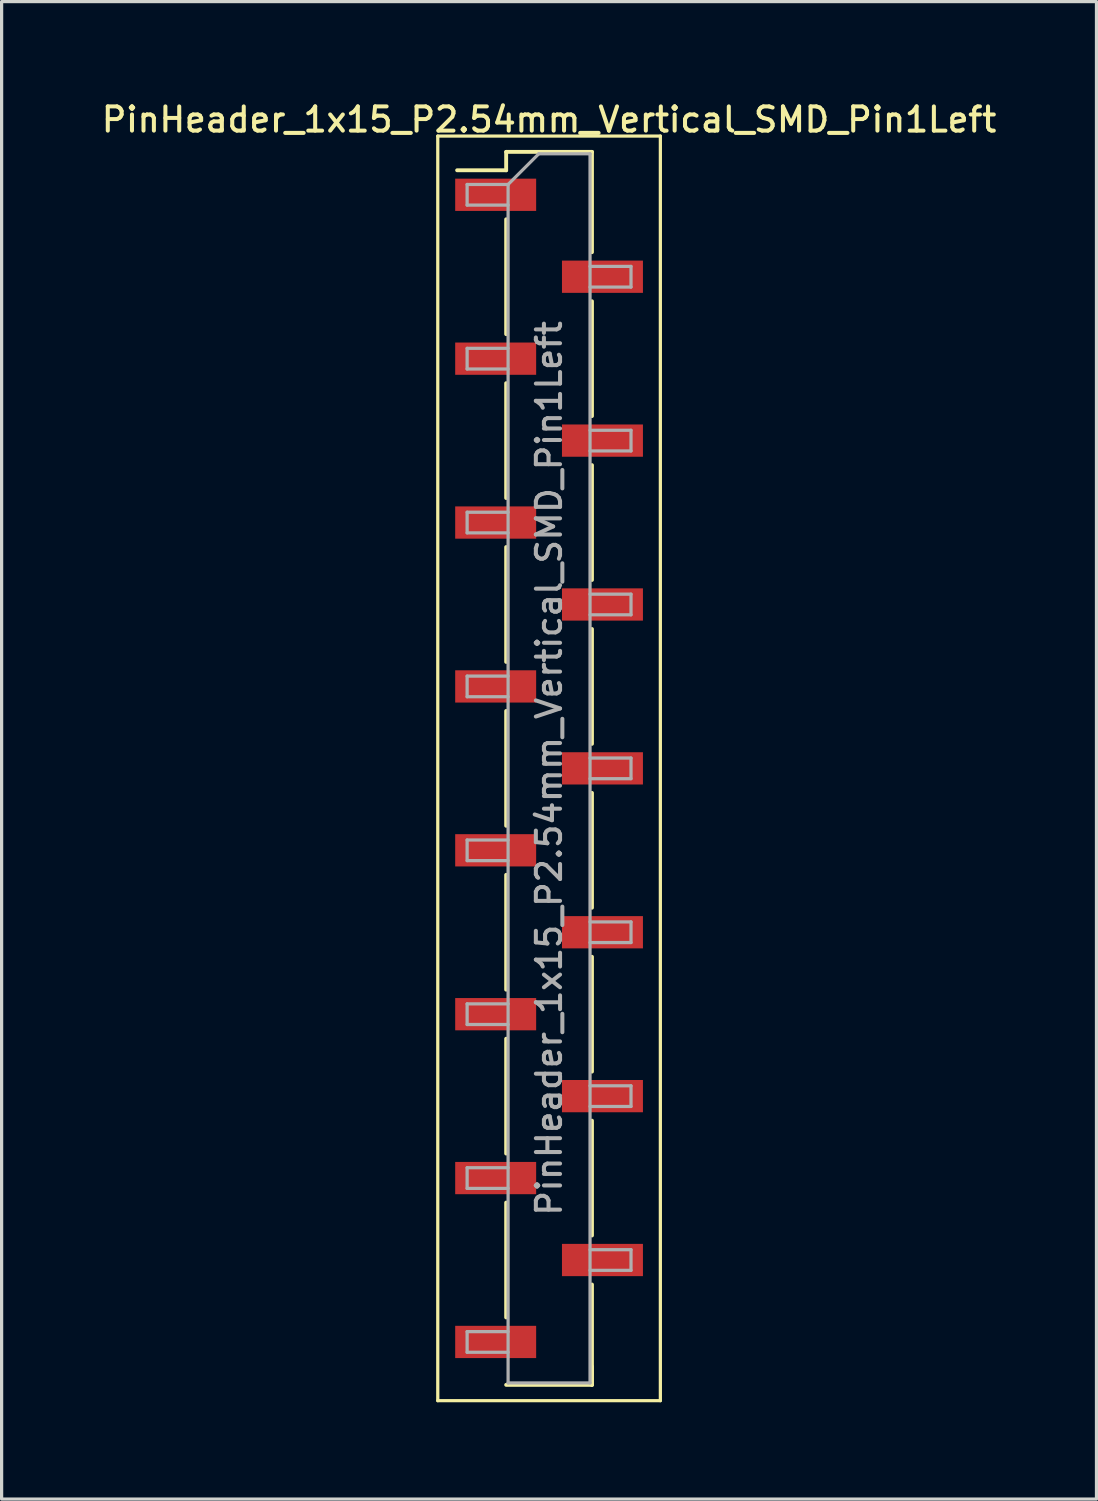
<source format=kicad_pcb>
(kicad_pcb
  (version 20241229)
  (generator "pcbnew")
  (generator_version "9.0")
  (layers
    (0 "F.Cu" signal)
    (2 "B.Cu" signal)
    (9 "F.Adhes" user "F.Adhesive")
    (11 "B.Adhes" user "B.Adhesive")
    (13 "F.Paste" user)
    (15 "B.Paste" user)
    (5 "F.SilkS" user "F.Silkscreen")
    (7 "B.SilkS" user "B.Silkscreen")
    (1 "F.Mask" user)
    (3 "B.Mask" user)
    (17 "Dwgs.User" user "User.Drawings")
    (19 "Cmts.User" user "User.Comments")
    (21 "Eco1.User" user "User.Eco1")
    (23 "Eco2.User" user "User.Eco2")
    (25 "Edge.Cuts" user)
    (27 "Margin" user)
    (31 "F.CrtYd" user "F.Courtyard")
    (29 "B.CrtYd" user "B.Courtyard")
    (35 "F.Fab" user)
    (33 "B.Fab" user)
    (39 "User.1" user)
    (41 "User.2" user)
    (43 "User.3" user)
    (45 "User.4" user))
  (footprint "PinHeader_1x15_P2.54mm_Vertical_SMD_Pin1Left"
    (layer "F.Cu")
    (at 13.97 20.768)
    (property "Reference" "PinHeader_1x15_P2.54mm_Vertical_SMD_Pin1Left" (at 0 -20.11 0) (layer "F.SilkS") (effects (font (size 0.75 0.75) (thickness 0.125))))
    (attr smd)
    (fp_line (start -3.45 -19.6) (end -3.45 19.6) (stroke (width 0.1) (type solid)) (layer "F.SilkS"))
    (fp_line (start -3.45 19.6) (end 3.45 19.6) (stroke (width 0.1) (type solid)) (layer "F.SilkS"))
    (fp_line (start -1.33 -19.11) (end -1.33 -18.54) (stroke (width 0.12) (type solid)) (layer "F.SilkS"))
    (fp_line (start -1.33 -19.11) (end 1.33 -19.11) (stroke (width 0.12) (type solid)) (layer "F.SilkS"))
    (fp_line (start -1.33 -18.54) (end -2.85 -18.54) (stroke (width 0.12) (type solid)) (layer "F.SilkS"))
    (fp_line (start -1.33 -17.02) (end -1.33 -13.46) (stroke (width 0.12) (type solid)) (layer "F.SilkS"))
    (fp_line (start -1.33 -11.94) (end -1.33 -8.38) (stroke (width 0.12) (type solid)) (layer "F.SilkS"))
    (fp_line (start -1.33 -6.86) (end -1.33 -3.3) (stroke (width 0.12) (type solid)) (layer "F.SilkS"))
    (fp_line (start -1.33 -1.78) (end -1.33 1.78) (stroke (width 0.12) (type solid)) (layer "F.SilkS"))
    (fp_line (start -1.33 3.3) (end -1.33 6.86) (stroke (width 0.12) (type solid)) (layer "F.SilkS"))
    (fp_line (start -1.33 8.38) (end -1.33 11.94) (stroke (width 0.12) (type solid)) (layer "F.SilkS"))
    (fp_line (start -1.33 13.46) (end -1.33 17.02) (stroke (width 0.12) (type solid)) (layer "F.SilkS"))
    (fp_line (start -1.33 19.11) (end 1.33 19.11) (stroke (width 0.12) (type solid)) (layer "F.SilkS"))
    (fp_line (start 1.33 -19.11) (end 1.33 -16) (stroke (width 0.12) (type solid)) (layer "F.SilkS"))
    (fp_line (start 1.33 -14.48) (end 1.33 -10.92) (stroke (width 0.12) (type solid)) (layer "F.SilkS"))
    (fp_line (start 1.33 -9.4) (end 1.33 -5.84) (stroke (width 0.12) (type solid)) (layer "F.SilkS"))
    (fp_line (start 1.33 -4.32) (end 1.33 -0.76) (stroke (width 0.12) (type solid)) (layer "F.SilkS"))
    (fp_line (start 1.33 0.76) (end 1.33 4.32) (stroke (width 0.12) (type solid)) (layer "F.SilkS"))
    (fp_line (start 1.33 5.84) (end 1.33 9.4) (stroke (width 0.12) (type solid)) (layer "F.SilkS"))
    (fp_line (start 1.33 10.92) (end 1.33 14.48) (stroke (width 0.12) (type solid)) (layer "F.SilkS"))
    (fp_line (start 1.33 16) (end 1.33 19.11) (stroke (width 0.12) (type solid)) (layer "F.SilkS"))
    (fp_line (start 1.33 18.54) (end 1.33 19.11) (stroke (width 0.12) (type solid)) (layer "F.SilkS"))
    (fp_line (start 3.45 -19.6) (end -3.45 -19.6) (stroke (width 0.1) (type solid)) (layer "F.SilkS"))
    (fp_line (start 3.45 19.6) (end 3.45 -19.6) (stroke (width 0.1) (type solid)) (layer "F.SilkS"))
    (fp_line (start -2.54 -18.1) (end -2.54 -17.46) (stroke (width 0.1) (type solid)) (layer "F.Fab"))
    (fp_line (start -2.54 -17.46) (end -1.27 -17.46) (stroke (width 0.1) (type solid)) (layer "F.Fab"))
    (fp_line (start -2.54 -13.02) (end -2.54 -12.38) (stroke (width 0.1) (type solid)) (layer "F.Fab"))
    (fp_line (start -2.54 -12.38) (end -1.27 -12.38) (stroke (width 0.1) (type solid)) (layer "F.Fab"))
    (fp_line (start -2.54 -7.94) (end -2.54 -7.3) (stroke (width 0.1) (type solid)) (layer "F.Fab"))
    (fp_line (start -2.54 -7.3) (end -1.27 -7.3) (stroke (width 0.1) (type solid)) (layer "F.Fab"))
    (fp_line (start -2.54 -2.86) (end -2.54 -2.22) (stroke (width 0.1) (type solid)) (layer "F.Fab"))
    (fp_line (start -2.54 -2.22) (end -1.27 -2.22) (stroke (width 0.1) (type solid)) (layer "F.Fab"))
    (fp_line (start -2.54 2.22) (end -2.54 2.86) (stroke (width 0.1) (type solid)) (layer "F.Fab"))
    (fp_line (start -2.54 2.86) (end -1.27 2.86) (stroke (width 0.1) (type solid)) (layer "F.Fab"))
    (fp_line (start -2.54 7.3) (end -2.54 7.94) (stroke (width 0.1) (type solid)) (layer "F.Fab"))
    (fp_line (start -2.54 7.94) (end -1.27 7.94) (stroke (width 0.1) (type solid)) (layer "F.Fab"))
    (fp_line (start -2.54 12.38) (end -2.54 13.02) (stroke (width 0.1) (type solid)) (layer "F.Fab"))
    (fp_line (start -2.54 13.02) (end -1.27 13.02) (stroke (width 0.1) (type solid)) (layer "F.Fab"))
    (fp_line (start -2.54 17.46) (end -2.54 18.1) (stroke (width 0.1) (type solid)) (layer "F.Fab"))
    (fp_line (start -2.54 18.1) (end -1.27 18.1) (stroke (width 0.1) (type solid)) (layer "F.Fab"))
    (fp_line (start -1.27 -18.1) (end -2.54 -18.1) (stroke (width 0.1) (type solid)) (layer "F.Fab"))
    (fp_line (start -1.27 -18.1) (end -0.32 -19.05) (stroke (width 0.1) (type solid)) (layer "F.Fab"))
    (fp_line (start -1.27 -13.02) (end -2.54 -13.02) (stroke (width 0.1) (type solid)) (layer "F.Fab"))
    (fp_line (start -1.27 -7.94) (end -2.54 -7.94) (stroke (width 0.1) (type solid)) (layer "F.Fab"))
    (fp_line (start -1.27 -2.86) (end -2.54 -2.86) (stroke (width 0.1) (type solid)) (layer "F.Fab"))
    (fp_line (start -1.27 2.22) (end -2.54 2.22) (stroke (width 0.1) (type solid)) (layer "F.Fab"))
    (fp_line (start -1.27 7.3) (end -2.54 7.3) (stroke (width 0.1) (type solid)) (layer "F.Fab"))
    (fp_line (start -1.27 12.38) (end -2.54 12.38) (stroke (width 0.1) (type solid)) (layer "F.Fab"))
    (fp_line (start -1.27 17.46) (end -2.54 17.46) (stroke (width 0.1) (type solid)) (layer "F.Fab"))
    (fp_line (start -1.27 19.05) (end -1.27 -18.1) (stroke (width 0.1) (type solid)) (layer "F.Fab"))
    (fp_line (start -0.32 -19.05) (end 1.27 -19.05) (stroke (width 0.1) (type solid)) (layer "F.Fab"))
    (fp_line (start 1.27 -19.05) (end 1.27 19.05) (stroke (width 0.1) (type solid)) (layer "F.Fab"))
    (fp_line (start 1.27 -15.56) (end 2.54 -15.56) (stroke (width 0.1) (type solid)) (layer "F.Fab"))
    (fp_line (start 1.27 -10.48) (end 2.54 -10.48) (stroke (width 0.1) (type solid)) (layer "F.Fab"))
    (fp_line (start 1.27 -5.4) (end 2.54 -5.4) (stroke (width 0.1) (type solid)) (layer "F.Fab"))
    (fp_line (start 1.27 -0.32) (end 2.54 -0.32) (stroke (width 0.1) (type solid)) (layer "F.Fab"))
    (fp_line (start 1.27 4.76) (end 2.54 4.76) (stroke (width 0.1) (type solid)) (layer "F.Fab"))
    (fp_line (start 1.27 9.84) (end 2.54 9.84) (stroke (width 0.1) (type solid)) (layer "F.Fab"))
    (fp_line (start 1.27 14.92) (end 2.54 14.92) (stroke (width 0.1) (type solid)) (layer "F.Fab"))
    (fp_line (start 1.27 19.05) (end -1.27 19.05) (stroke (width 0.1) (type solid)) (layer "F.Fab"))
    (fp_line (start 2.54 -15.56) (end 2.54 -14.92) (stroke (width 0.1) (type solid)) (layer "F.Fab"))
    (fp_line (start 2.54 -14.92) (end 1.27 -14.92) (stroke (width 0.1) (type solid)) (layer "F.Fab"))
    (fp_line (start 2.54 -10.48) (end 2.54 -9.84) (stroke (width 0.1) (type solid)) (layer "F.Fab"))
    (fp_line (start 2.54 -9.84) (end 1.27 -9.84) (stroke (width 0.1) (type solid)) (layer "F.Fab"))
    (fp_line (start 2.54 -5.4) (end 2.54 -4.76) (stroke (width 0.1) (type solid)) (layer "F.Fab"))
    (fp_line (start 2.54 -4.76) (end 1.27 -4.76) (stroke (width 0.1) (type solid)) (layer "F.Fab"))
    (fp_line (start 2.54 -0.32) (end 2.54 0.32) (stroke (width 0.1) (type solid)) (layer "F.Fab"))
    (fp_line (start 2.54 0.32) (end 1.27 0.32) (stroke (width 0.1) (type solid)) (layer "F.Fab"))
    (fp_line (start 2.54 4.76) (end 2.54 5.4) (stroke (width 0.1) (type solid)) (layer "F.Fab"))
    (fp_line (start 2.54 5.4) (end 1.27 5.4) (stroke (width 0.1) (type solid)) (layer "F.Fab"))
    (fp_line (start 2.54 9.84) (end 2.54 10.48) (stroke (width 0.1) (type solid)) (layer "F.Fab"))
    (fp_line (start 2.54 10.48) (end 1.27 10.48) (stroke (width 0.1) (type solid)) (layer "F.Fab"))
    (fp_line (start 2.54 14.92) (end 2.54 15.56) (stroke (width 0.1) (type solid)) (layer "F.Fab"))
    (fp_line (start 2.54 15.56) (end 1.27 15.56) (stroke (width 0.1) (type solid)) (layer "F.Fab"))
    (fp_text user "${REFERENCE}" (at 0 0 90) (layer "F.Fab") (effects (font (size 0.75 0.75) (thickness 0.125))))
    (pad "1" smd rect (at -1.655 -17.78) (size 2.51 1) (layers "F.Cu" "F.Mask" "F.Paste"))
    (pad "2" smd rect (at 1.655 -15.24) (size 2.51 1) (layers "F.Cu" "F.Mask" "F.Paste"))
    (pad "3" smd rect (at -1.655 -12.7) (size 2.51 1) (layers "F.Cu" "F.Mask" "F.Paste"))
    (pad "4" smd rect (at 1.655 -10.16) (size 2.51 1) (layers "F.Cu" "F.Mask" "F.Paste"))
    (pad "5" smd rect (at -1.655 -7.62) (size 2.51 1) (layers "F.Cu" "F.Mask" "F.Paste"))
    (pad "6" smd rect (at 1.655 -5.08) (size 2.51 1) (layers "F.Cu" "F.Mask" "F.Paste"))
    (pad "7" smd rect (at -1.655 -2.54) (size 2.51 1) (layers "F.Cu" "F.Mask" "F.Paste"))
    (pad "8" smd rect (at 1.655 0) (size 2.51 1) (layers "F.Cu" "F.Mask" "F.Paste"))
    (pad "9" smd rect (at -1.655 2.54) (size 2.51 1) (layers "F.Cu" "F.Mask" "F.Paste"))
    (pad "10" smd rect (at 1.655 5.08) (size 2.51 1) (layers "F.Cu" "F.Mask" "F.Paste"))
    (pad "11" smd rect (at -1.655 7.62) (size 2.51 1) (layers "F.Cu" "F.Mask" "F.Paste"))
    (pad "12" smd rect (at 1.655 10.16) (size 2.51 1) (layers "F.Cu" "F.Mask" "F.Paste"))
    (pad "13" smd rect (at -1.655 12.7) (size 2.51 1) (layers "F.Cu" "F.Mask" "F.Paste"))
    (pad "14" smd rect (at 1.655 15.24) (size 2.51 1) (layers "F.Cu" "F.Mask" "F.Paste"))
    (pad "15" smd rect (at -1.655 17.78) (size 2.51 1) (layers "F.Cu" "F.Mask" "F.Paste")))
  (gr_rect
    (start -3 -3)
    (end 30.939 43.418)
    (stroke (width 0.1) (type default))
    (fill no)
    (layer "Edge.Cuts")))
</source>
